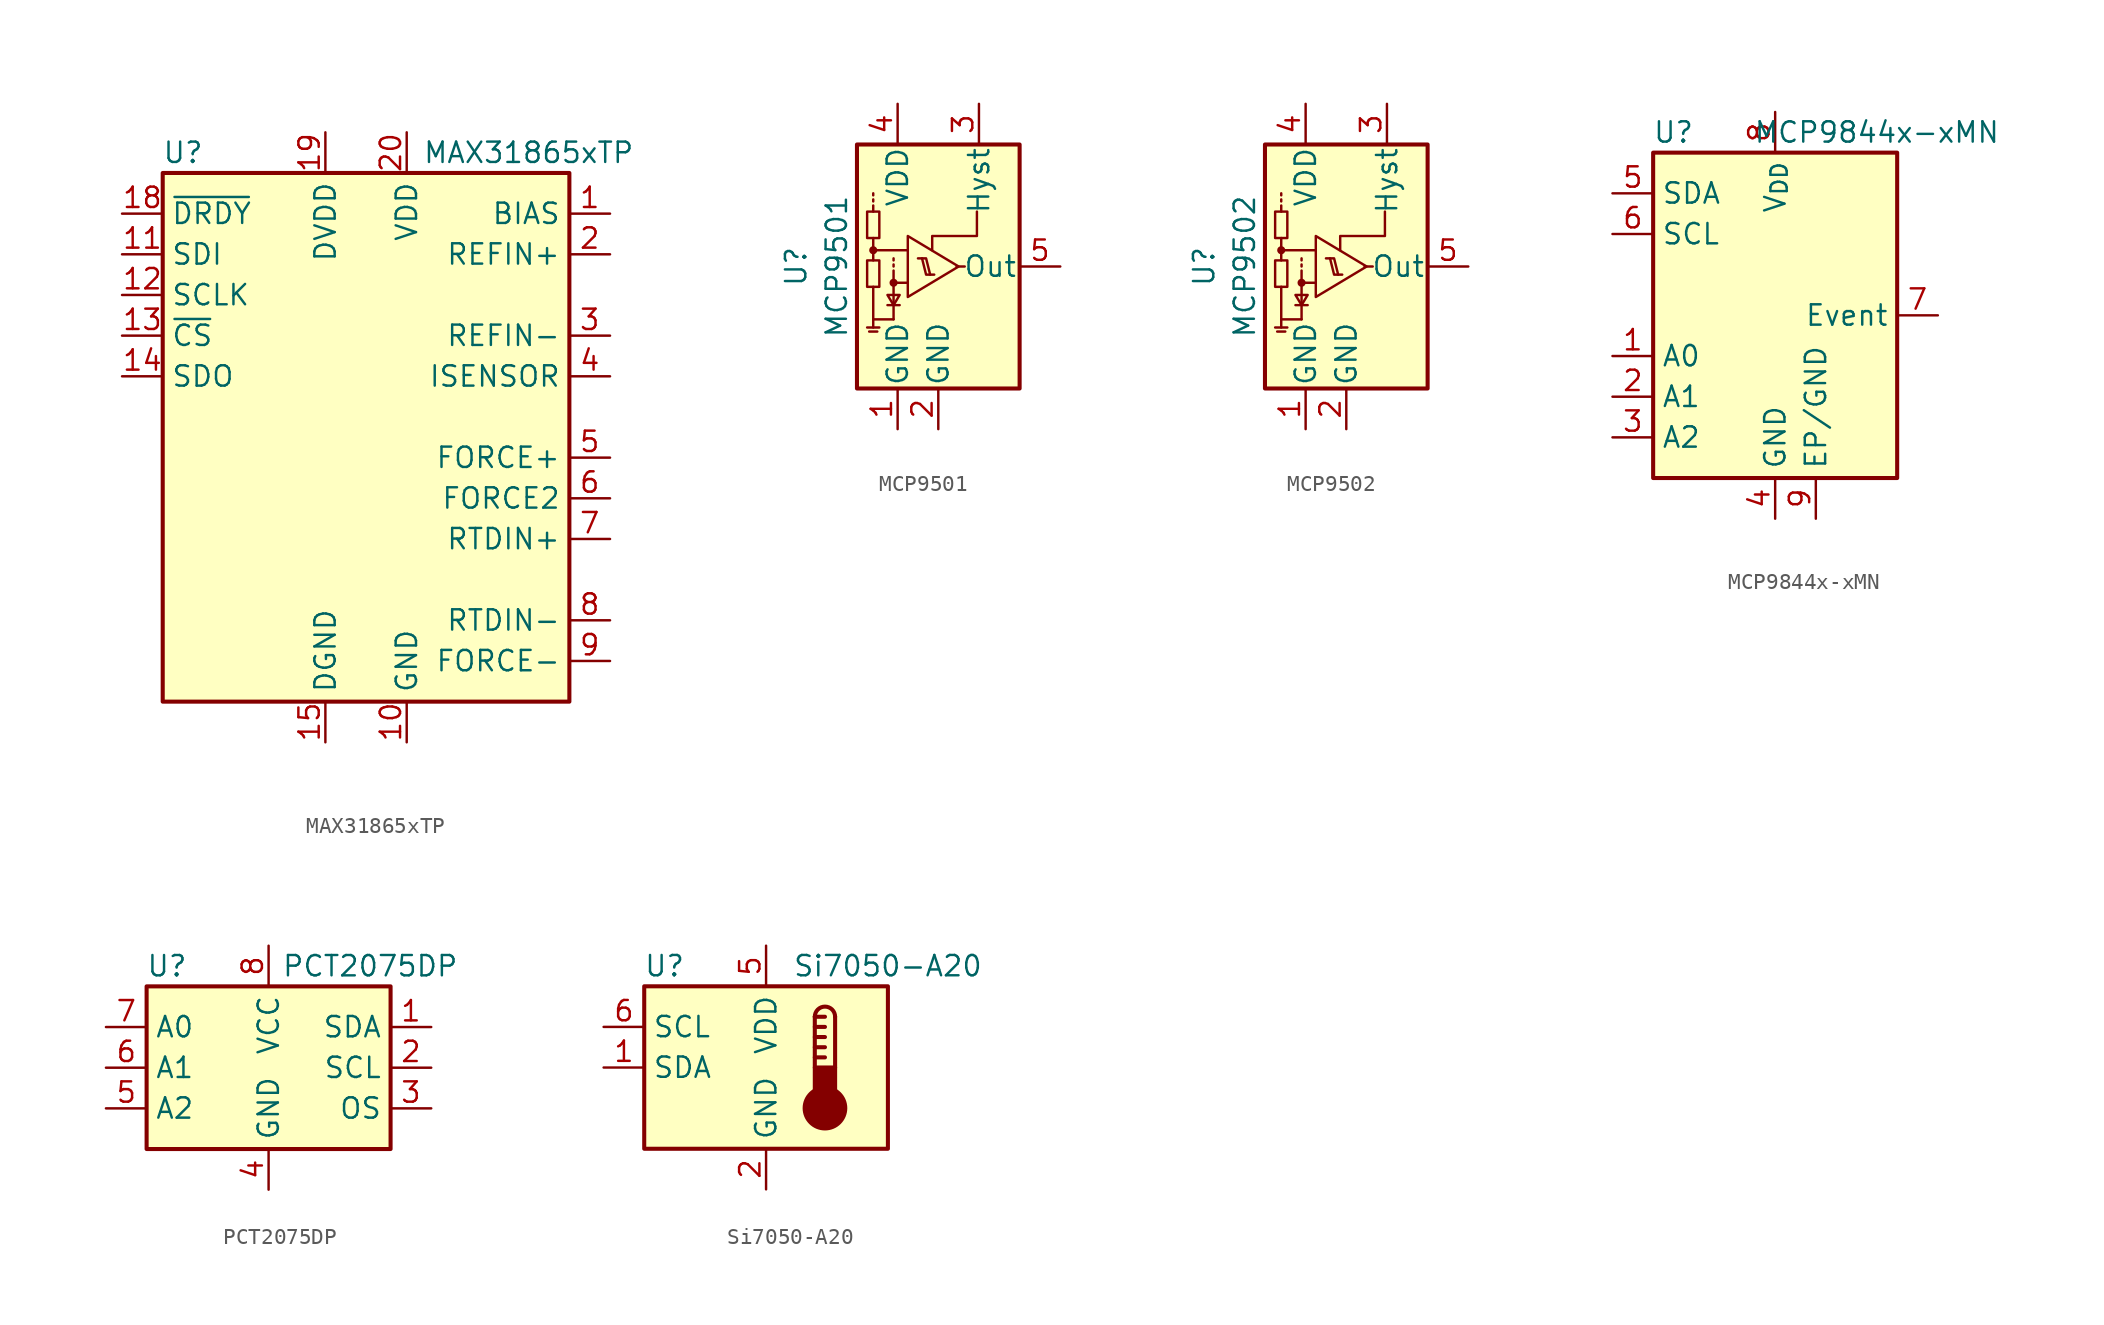
<source format=kicad_sym>
(kicad_symbol_lib
  (version 20241209)
  (generator "kicad_symbol_editor")
  (generator_version "9.0")
  (symbol "MAX31865xTP"
    (property "Reference" "U"
      (at -11.43 19.05 0)
      (effects (font (size 1.27 1.27))))
    (property "Value" "MAX31865xTP"
      (at 10.16 19.05 0)
      (effects (font (size 1.27 1.27))))
    (symbol "MAX31865xTP_0_1"
      (rectangle (start -12.7 17.78) (end 12.7 -15.24) (stroke (width 0.254) (type default)) (fill (type background))))
    (symbol "MAX31865xTP_1_1"
      (pin output line (at -15.24 15.24 0) (length 2.54) (name "~{DRDY}" (effects (font (size 1.27 1.27)))) (number "18" (effects (font (size 1.27 1.27)))))
      (pin input line (at -15.24 12.7 0) (length 2.54) (name "SDI" (effects (font (size 1.27 1.27)))) (number "11" (effects (font (size 1.27 1.27)))))
      (pin input line (at -15.24 10.16 0) (length 2.54) (name "SCLK" (effects (font (size 1.27 1.27)))) (number "12" (effects (font (size 1.27 1.27)))))
      (pin input line (at -15.24 7.62 0) (length 2.54) (name "~{CS}" (effects (font (size 1.27 1.27)))) (number "13" (effects (font (size 1.27 1.27)))))
      (pin tri_state line (at -15.24 5.08 0) (length 2.54) (name "SDO" (effects (font (size 1.27 1.27)))) (number "14" (effects (font (size 1.27 1.27)))))
      (pin no_connect line (at -12.7 -2.54 0) (length 2.54) (hide yes) (name "NC" (effects (font (size 1.27 1.27)))) (number "17" (effects (font (size 1.27 1.27)))))
      (pin power_in line (at -2.54 20.32 270) (length 2.54) (name "DVDD" (effects (font (size 1.27 1.27)))) (number "19" (effects (font (size 1.27 1.27)))))
      (pin power_in line (at -2.54 -17.78 90) (length 2.54) (name "DGND" (effects (font (size 1.27 1.27)))) (number "15" (effects (font (size 1.27 1.27)))))
      (pin power_in line (at 2.54 20.32 270) (length 2.54) (name "VDD" (effects (font (size 1.27 1.27)))) (number "20" (effects (font (size 1.27 1.27)))))
      (pin power_in line (at 2.54 -17.78 90) (length 2.54) (name "GND" (effects (font (size 1.27 1.27)))) (number "10" (effects (font (size 1.27 1.27)))))
      (pin passive line (at 2.54 -17.78 90) (length 2.54) (hide yes) (name "GND" (effects (font (size 1.27 1.27)))) (number "16" (effects (font (size 1.27 1.27)))))
      (pin passive line (at 2.54 -17.78 90) (length 2.54) (hide yes) (name "GND" (effects (font (size 1.27 1.27)))) (number "21" (effects (font (size 1.27 1.27)))))
      (pin power_out line (at 15.24 15.24 180) (length 2.54) (name "BIAS" (effects (font (size 1.27 1.27)))) (number "1" (effects (font (size 1.27 1.27)))))
      (pin input line (at 15.24 12.7 180) (length 2.54) (name "REFIN+" (effects (font (size 1.27 1.27)))) (number "2" (effects (font (size 1.27 1.27)))))
      (pin input line (at 15.24 7.62 180) (length 2.54) (name "REFIN-" (effects (font (size 1.27 1.27)))) (number "3" (effects (font (size 1.27 1.27)))))
      (pin passive line (at 15.24 5.08 180) (length 2.54) (name "ISENSOR" (effects (font (size 1.27 1.27)))) (number "4" (effects (font (size 1.27 1.27)))))
      (pin passive line (at 15.24 0 180) (length 2.54) (name "FORCE+" (effects (font (size 1.27 1.27)))) (number "5" (effects (font (size 1.27 1.27)))))
      (pin input line (at 15.24 -2.54 180) (length 2.54) (name "FORCE2" (effects (font (size 1.27 1.27)))) (number "6" (effects (font (size 1.27 1.27)))))
      (pin input line (at 15.24 -5.08 180) (length 2.54) (name "RTDIN+" (effects (font (size 1.27 1.27)))) (number "7" (effects (font (size 1.27 1.27)))))
      (pin input line (at 15.24 -10.16 180) (length 2.54) (name "RTDIN-" (effects (font (size 1.27 1.27)))) (number "8" (effects (font (size 1.27 1.27)))))
      (pin power_out line (at 15.24 -12.7 180) (length 2.54) (name "FORCE-" (effects (font (size 1.27 1.27)))) (number "9" (effects (font (size 1.27 1.27)))))))
  (symbol "MCP9501"
    (pin_names
      (offset 0.127))
    (property "Reference" "U"
      (at -6.35 0 90)
      (effects (font (size 1.27 1.27))))
    (property "Value" "MCP9501"
      (at -3.81 0 90)
      (effects (font (size 1.27 1.27))))
    (symbol "MCP9501_0_1"
      (rectangle (start -2.54 7.62) (end 7.62 -7.62) (stroke (width 0.254) (type default)) (fill (type background)))
      (rectangle (start -1.905 3.429) (end -1.143 1.778) (stroke (width 0) (type default)) (fill (type none)))
      (rectangle (start -1.905 0.381) (end -1.143 -1.27) (stroke (width 0) (type default)) (fill (type none)))
      (polyline (pts (xy -1.905 -3.81) (xy -1.143 -3.81)) (stroke (width 0) (type default)) (fill (type none)))
      (polyline (pts (xy -1.778 -4.064) (xy -1.27 -4.064)) (stroke (width 0) (type default)) (fill (type none)))
      (polyline (pts (xy -1.524 4.445) (xy -1.524 4.572)) (stroke (width 0) (type default)) (fill (type none)))
      (polyline (pts (xy -1.524 4.064) (xy -1.524 4.191)) (stroke (width 0) (type default)) (fill (type none)))
      (polyline (pts (xy -1.524 3.429) (xy -1.524 3.81)) (stroke (width 0) (type default)) (fill (type none)))
      (circle (center -1.524 1.016) (radius 0.178) (stroke (width 0) (type default)) (fill (type outline)))
      (polyline (pts (xy -1.524 1.016) (xy -1.524 0.381)) (stroke (width 0) (type default)) (fill (type none)))
      (polyline (pts (xy -1.524 -1.27) (xy -1.524 -3.302) (xy -0.254 -3.302)) (stroke (width 0) (type default)) (fill (type none)))
      (polyline (pts (xy -1.524 -3.302) (xy -1.524 -3.81)) (stroke (width 0) (type default)) (fill (type none)))
      (polyline (pts (xy -0.635 -2.413) (xy 0.127 -2.413)) (stroke (width 0) (type default)) (fill (type none)))
      (polyline (pts (xy -0.254 0.381) (xy -0.254 0.508)) (stroke (width 0) (type default)) (fill (type none)))
      (polyline (pts (xy -0.254 0) (xy -0.254 0.127)) (stroke (width 0) (type default)) (fill (type none)))
      (circle (center -0.254 -1.016) (radius 0.178) (stroke (width 0) (type default)) (fill (type outline)))
      (polyline (pts (xy -0.254 -1.016) (xy -0.254 -0.381) (xy -0.254 -0.254)) (stroke (width 0) (type default)) (fill (type none)))
      (polyline (pts (xy 0.127 -1.778) (xy -0.635 -1.778) (xy -0.254 -2.413) (xy 0.127 -1.778)) (stroke (width 0) (type default)) (fill (type none)))
      (polyline (pts (xy 0.635 1.016) (xy -1.524 1.016) (xy -1.524 1.778)) (stroke (width 0) (type default)) (fill (type none)))
      (polyline (pts (xy 0.635 -1.016) (xy -0.254 -1.016) (xy -0.254 -3.302)) (stroke (width 0) (type default)) (fill (type none)))
      (polyline (pts (xy 1.27 0.508) (xy 1.778 0.508) (xy 2.032 -0.508) (xy 2.286 -0.508)) (stroke (width 0) (type default)) (fill (type none)))
      (polyline (pts (xy 1.524 0.508) (xy 1.778 -0.508) (xy 2.032 -0.508)) (stroke (width 0) (type default)) (fill (type none)))
      (polyline (pts (xy 3.683 0) (xy 4.191 0)) (stroke (width 0) (type default)) (fill (type none)))
      (polyline (pts (xy 3.81 0) (xy 0.635 1.905) (xy 0.635 -1.905) (xy 3.81 0)) (stroke (width 0) (type default)) (fill (type none)))
      (polyline (pts (xy 4.953 3.429) (xy 4.953 1.905) (xy 2.159 1.905) (xy 2.159 1.016)) (stroke (width 0) (type default)) (fill (type none))))
    (symbol "MCP9501_1_1"
      (pin power_in line (at 0 10.16 270) (length 2.54) (name "VDD" (effects (font (size 1.27 1.27)))) (number "4" (effects (font (size 1.27 1.27)))))
      (pin power_in line (at 0 -10.16 90) (length 2.54) (name "GND" (effects (font (size 1.27 1.27)))) (number "1" (effects (font (size 1.27 1.27)))))
      (pin power_in line (at 2.54 -10.16 90) (length 2.54) (name "GND" (effects (font (size 1.27 1.27)))) (number "2" (effects (font (size 1.27 1.27)))))
      (pin input line (at 5.08 10.16 270) (length 2.54) (name "Hyst" (effects (font (size 1.27 1.27)))) (number "3" (effects (font (size 1.27 1.27)))))
      (pin open_collector line (at 10.16 0 180) (length 2.54) (name "Out" (effects (font (size 1.27 1.27)))) (number "5" (effects (font (size 1.27 1.27)))))))
  (symbol "MCP9502"
    (pin_names
      (offset 0.127))
    (property "Reference" "U"
      (at -6.35 0 90)
      (effects (font (size 1.27 1.27))))
    (property "Value" "MCP9502"
      (at -3.81 0 90)
      (effects (font (size 1.27 1.27))))
    (symbol "MCP9502_0_1"
      (rectangle (start -2.54 7.62) (end 7.62 -7.62) (stroke (width 0.254) (type default)) (fill (type background)))
      (rectangle (start -1.905 3.429) (end -1.143 1.778) (stroke (width 0) (type default)) (fill (type none)))
      (rectangle (start -1.905 0.381) (end -1.143 -1.27) (stroke (width 0) (type default)) (fill (type none)))
      (polyline (pts (xy -1.905 -3.81) (xy -1.143 -3.81)) (stroke (width 0) (type default)) (fill (type none)))
      (polyline (pts (xy -1.778 -4.064) (xy -1.27 -4.064)) (stroke (width 0) (type default)) (fill (type none)))
      (polyline (pts (xy -1.524 4.445) (xy -1.524 4.572)) (stroke (width 0) (type default)) (fill (type none)))
      (polyline (pts (xy -1.524 4.064) (xy -1.524 4.191)) (stroke (width 0) (type default)) (fill (type none)))
      (polyline (pts (xy -1.524 3.429) (xy -1.524 3.81)) (stroke (width 0) (type default)) (fill (type none)))
      (circle (center -1.524 1.016) (radius 0.178) (stroke (width 0) (type default)) (fill (type outline)))
      (polyline (pts (xy -1.524 1.016) (xy -1.524 0.381)) (stroke (width 0) (type default)) (fill (type none)))
      (polyline (pts (xy -1.524 -1.27) (xy -1.524 -3.302) (xy -0.254 -3.302)) (stroke (width 0) (type default)) (fill (type none)))
      (polyline (pts (xy -1.524 -3.302) (xy -1.524 -3.81)) (stroke (width 0) (type default)) (fill (type none)))
      (polyline (pts (xy -0.635 -2.413) (xy 0.127 -2.413)) (stroke (width 0) (type default)) (fill (type none)))
      (polyline (pts (xy -0.254 0.381) (xy -0.254 0.508)) (stroke (width 0) (type default)) (fill (type none)))
      (polyline (pts (xy -0.254 0) (xy -0.254 0.127)) (stroke (width 0) (type default)) (fill (type none)))
      (circle (center -0.254 -1.016) (radius 0.178) (stroke (width 0) (type default)) (fill (type outline)))
      (polyline (pts (xy -0.254 -1.016) (xy -0.254 -0.381) (xy -0.254 -0.254)) (stroke (width 0) (type default)) (fill (type none)))
      (polyline (pts (xy 0.127 -1.778) (xy -0.635 -1.778) (xy -0.254 -2.413) (xy 0.127 -1.778)) (stroke (width 0) (type default)) (fill (type none)))
      (polyline (pts (xy 0.635 1.016) (xy -1.524 1.016) (xy -1.524 1.778)) (stroke (width 0) (type default)) (fill (type none)))
      (polyline (pts (xy 0.635 -1.016) (xy -0.254 -1.016) (xy -0.254 -3.302)) (stroke (width 0) (type default)) (fill (type none)))
      (polyline (pts (xy 1.27 0.508) (xy 1.778 0.508) (xy 2.032 -0.508) (xy 2.286 -0.508)) (stroke (width 0) (type default)) (fill (type none)))
      (polyline (pts (xy 1.524 0.508) (xy 1.778 -0.508) (xy 2.032 -0.508)) (stroke (width 0) (type default)) (fill (type none)))
      (polyline (pts (xy 3.683 0) (xy 4.191 0)) (stroke (width 0) (type default)) (fill (type none)))
      (polyline (pts (xy 3.81 0) (xy 0.635 1.905) (xy 0.635 -1.905) (xy 3.81 0)) (stroke (width 0) (type default)) (fill (type none)))
      (polyline (pts (xy 4.953 3.429) (xy 4.953 1.905) (xy 2.159 1.905) (xy 2.159 1.016)) (stroke (width 0) (type default)) (fill (type none))))
    (symbol "MCP9502_1_1"
      (pin power_in line (at 0 10.16 270) (length 2.54) (name "VDD" (effects (font (size 1.27 1.27)))) (number "4" (effects (font (size 1.27 1.27)))))
      (pin power_in line (at 0 -10.16 90) (length 2.54) (name "GND" (effects (font (size 1.27 1.27)))) (number "1" (effects (font (size 1.27 1.27)))))
      (pin power_in line (at 2.54 -10.16 90) (length 2.54) (name "GND" (effects (font (size 1.27 1.27)))) (number "2" (effects (font (size 1.27 1.27)))))
      (pin input line (at 5.08 10.16 270) (length 2.54) (name "Hyst" (effects (font (size 1.27 1.27)))) (number "3" (effects (font (size 1.27 1.27)))))
      (pin output line (at 10.16 0 180) (length 2.54) (name "Out" (effects (font (size 1.27 1.27)))) (number "5" (effects (font (size 1.27 1.27)))))))
  (symbol "MCP9844x-xMN"
    (property "Reference" "U"
      (at -6.35 11.43 0)
      (effects (font (size 1.27 1.27))))
    (property "Value" "MCP9844x-xMN"
      (at 6.35 11.43 0)
      (effects (font (size 1.27 1.27))))
    (symbol "MCP9844x-xMN_0_1"
      (rectangle (start -7.62 10.16) (end 7.62 -10.16) (stroke (width 0.254) (type default)) (fill (type background))))
    (symbol "MCP9844x-xMN_1_1"
      (pin bidirectional line (at -10.16 7.62 0) (length 2.54) (name "SDA" (effects (font (size 1.27 1.27)))) (number "5" (effects (font (size 1.27 1.27)))))
      (pin input line (at -10.16 5.08 0) (length 2.54) (name "SCL" (effects (font (size 1.27 1.27)))) (number "6" (effects (font (size 1.27 1.27)))))
      (pin input line (at -10.16 -2.54 0) (length 2.54) (name "A0" (effects (font (size 1.27 1.27)))) (number "1" (effects (font (size 1.27 1.27)))))
      (pin input line (at -10.16 -5.08 0) (length 2.54) (name "A1" (effects (font (size 1.27 1.27)))) (number "2" (effects (font (size 1.27 1.27)))))
      (pin input line (at -10.16 -7.62 0) (length 2.54) (name "A2" (effects (font (size 1.27 1.27)))) (number "3" (effects (font (size 1.27 1.27)))))
      (pin power_in line (at 0 12.7 270) (length 2.54) (name "V_{DD}" (effects (font (size 1.27 1.27)))) (number "8" (effects (font (size 1.27 1.27)))))
      (pin power_in line (at 0 -12.7 90) (length 2.54) (name "GND" (effects (font (size 1.27 1.27)))) (number "4" (effects (font (size 1.27 1.27)))))
      (pin power_in line (at 2.54 -12.7 90) (length 2.54) (name "EP/GND" (effects (font (size 1.27 1.27)))) (number "9" (effects (font (size 1.27 1.27)))))
      (pin open_collector line (at 10.16 0 180) (length 2.54) (name "Event" (effects (font (size 1.27 1.27)))) (number "7" (effects (font (size 1.27 1.27)))))))
  (symbol "PCT2075DP"
    (property "Reference" "U"
      (at -6.35 6.35 0)
      (effects (font (size 1.27 1.27))))
    (property "Value" "PCT2075DP"
      (at 6.35 6.35 0)
      (effects (font (size 1.27 1.27))))
    (symbol "PCT2075DP_0_1"
      (rectangle (start -7.62 5.08) (end 7.62 -5.08) (stroke (width 0.254) (type default)) (fill (type background))))
    (symbol "PCT2075DP_1_1"
      (pin input line (at -10.16 2.54 0) (length 2.54) (name "A0" (effects (font (size 1.27 1.27)))) (number "7" (effects (font (size 1.27 1.27)))))
      (pin input line (at -10.16 0 0) (length 2.54) (name "A1" (effects (font (size 1.27 1.27)))) (number "6" (effects (font (size 1.27 1.27)))))
      (pin input line (at -10.16 -2.54 0) (length 2.54) (name "A2" (effects (font (size 1.27 1.27)))) (number "5" (effects (font (size 1.27 1.27)))))
      (pin power_in line (at 0 7.62 270) (length 2.54) (name "VCC" (effects (font (size 1.27 1.27)))) (number "8" (effects (font (size 1.27 1.27)))))
      (pin power_in line (at 0 -7.62 90) (length 2.54) (name "GND" (effects (font (size 1.27 1.27)))) (number "4" (effects (font (size 1.27 1.27)))))
      (pin bidirectional line (at 10.16 2.54 180) (length 2.54) (name "SDA" (effects (font (size 1.27 1.27)))) (number "1" (effects (font (size 1.27 1.27)))))
      (pin input line (at 10.16 0 180) (length 2.54) (name "SCL" (effects (font (size 1.27 1.27)))) (number "2" (effects (font (size 1.27 1.27)))))
      (pin open_collector line (at 10.16 -2.54 180) (length 2.54) (name "OS" (effects (font (size 1.27 1.27)))) (number "3" (effects (font (size 1.27 1.27)))))))
  (symbol "Si7050-A20"
    (property "Reference" "U"
      (at -6.35 6.35 0)
      (effects (font (size 1.27 1.27))))
    (property "Value" "Si7050-A20"
      (at 7.62 6.35 0)
      (effects (font (size 1.27 1.27))))
    (symbol "Si7050-A20_0_1"
      (rectangle (start -7.62 5.08) (end 7.62 -5.08) (stroke (width 0.254) (type default)) (fill (type background))))
    (symbol "Si7050-A20_1_1"
      (polyline (pts (xy 3.048 3.175) (xy 3.048 0)) (stroke (width 0.254) (type default)) (fill (type none)))
      (polyline (pts (xy 3.048 3.175) (xy 3.683 3.175)) (stroke (width 0.254) (type default)) (fill (type none)))
      (polyline (pts (xy 3.048 2.54) (xy 3.683 2.54)) (stroke (width 0.254) (type default)) (fill (type none)))
      (polyline (pts (xy 3.048 1.905) (xy 3.683 1.905)) (stroke (width 0.254) (type default)) (fill (type none)))
      (polyline (pts (xy 3.048 1.27) (xy 3.683 1.27)) (stroke (width 0.254) (type default)) (fill (type none)))
      (polyline (pts (xy 3.048 0.635) (xy 3.683 0.635)) (stroke (width 0.254) (type default)) (fill (type none)))
      (arc (start 3.048 3.175) (mid 3.683 3.8073) (end 4.318 3.175) (stroke (width 0.254) (type default)) (fill (type none)))
      (circle (center 3.683 -2.54) (radius 1.27) (stroke (width 0.254) (type default)) (fill (type outline)))
      (polyline (pts (xy 4.318 3.175) (xy 4.318 0)) (stroke (width 0.254) (type default)) (fill (type none)))
      (rectangle (start 4.318 -1.905) (end 3.048 0) (stroke (width 0.254) (type default)) (fill (type outline)))
      (pin input line (at -10.16 2.54 0) (length 2.54) (name "SCL" (effects (font (size 1.27 1.27)))) (number "6" (effects (font (size 1.27 1.27)))))
      (pin bidirectional line (at -10.16 0 0) (length 2.54) (name "SDA" (effects (font (size 1.27 1.27)))) (number "1" (effects (font (size 1.27 1.27)))))
      (pin power_in line (at 0 7.62 270) (length 2.54) (name "VDD" (effects (font (size 1.27 1.27)))) (number "5" (effects (font (size 1.27 1.27)))))
      (pin power_in line (at 0 -7.62 90) (length 2.54) (name "GND" (effects (font (size 1.27 1.27)))) (number "2" (effects (font (size 1.27 1.27)))))
      (pin no_connect line (at 7.62 2.54 180) (length 2.54) (hide yes) (name "NC" (effects (font (size 1.27 1.27)))) (number "3" (effects (font (size 1.27 1.27)))))
      (pin no_connect line (at 7.62 -2.54 180) (length 2.54) (hide yes) (name "NC" (effects (font (size 1.27 1.27)))) (number "4" (effects (font (size 1.27 1.27))))))))
</source>
